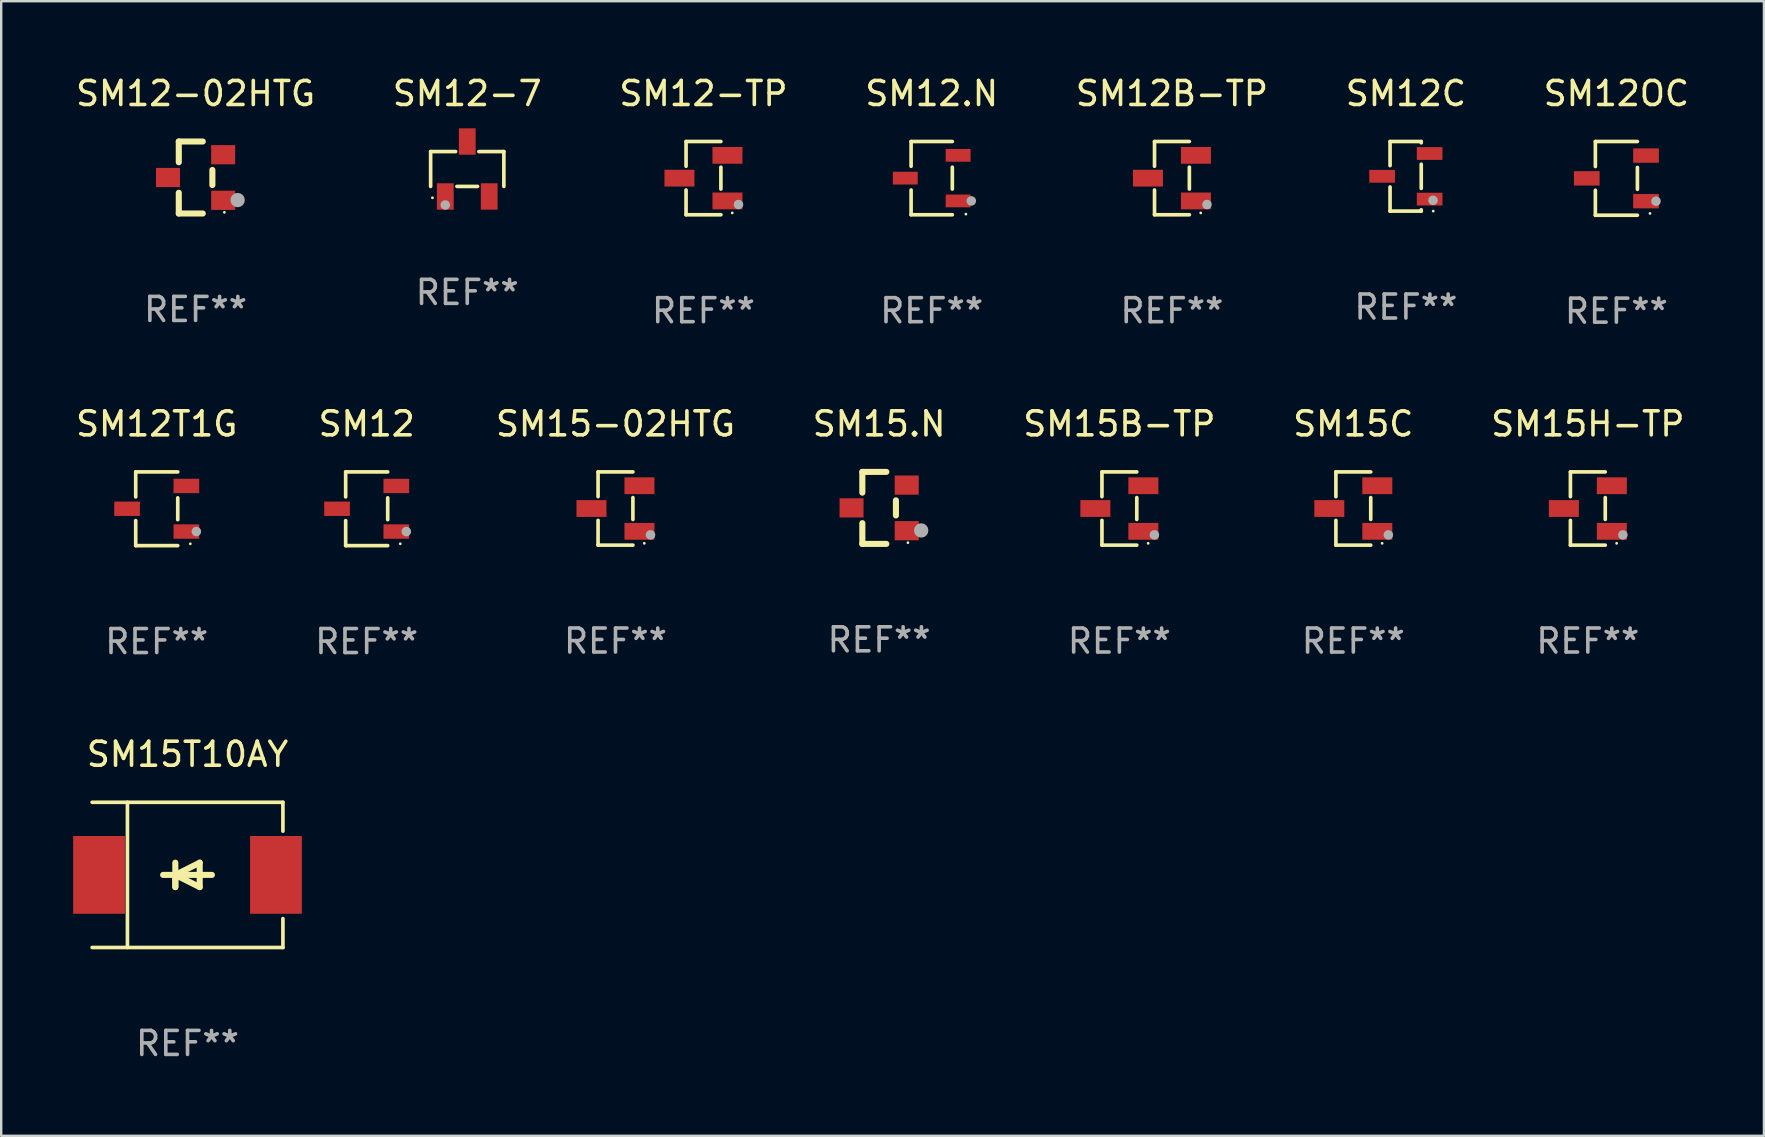
<source format=kicad_pcb>
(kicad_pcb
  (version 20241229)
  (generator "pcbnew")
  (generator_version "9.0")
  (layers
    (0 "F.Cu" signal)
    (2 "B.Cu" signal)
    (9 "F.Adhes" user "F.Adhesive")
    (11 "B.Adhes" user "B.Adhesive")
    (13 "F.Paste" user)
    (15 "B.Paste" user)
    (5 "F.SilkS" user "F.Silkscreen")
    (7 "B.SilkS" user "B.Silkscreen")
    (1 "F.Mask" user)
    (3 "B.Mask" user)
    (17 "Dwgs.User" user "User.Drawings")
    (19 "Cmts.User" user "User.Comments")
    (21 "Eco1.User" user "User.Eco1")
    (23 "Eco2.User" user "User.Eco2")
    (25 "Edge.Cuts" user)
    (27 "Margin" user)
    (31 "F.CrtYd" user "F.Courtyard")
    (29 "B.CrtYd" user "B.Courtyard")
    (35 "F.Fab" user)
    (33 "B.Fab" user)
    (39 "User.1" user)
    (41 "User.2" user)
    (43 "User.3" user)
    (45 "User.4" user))
  (footprint "SM12C"
    (layer "F.Cu")
    (at 55.542 4.298)
    (property "Reference" "SM12C" (at 0 -3.45 0) (layer "F.SilkS") (effects (font (size 1 1) (thickness 0.15))))
    (attr through_hole)
    (fp_line (start -0.66 -1.45) (end -0.66 -0.446) (stroke (width 0.152) (type solid)) (layer "F.SilkS"))
    (fp_line (start -0.66 0.446) (end -0.66 1.45) (stroke (width 0.152) (type solid)) (layer "F.SilkS"))
    (fp_line (start -0.66 1.45) (end 0.64 1.45) (stroke (width 0.152) (type solid)) (layer "F.SilkS"))
    (fp_line (start 0.64 -1.45) (end -0.66 -1.45) (stroke (width 0.152) (type solid)) (layer "F.SilkS"))
    (fp_line (start 0.64 -1.396) (end 0.64 -1.45) (stroke (width 0.152) (type solid)) (layer "F.SilkS"))
    (fp_line (start 0.64 0.504) (end 0.64 -0.504) (stroke (width 0.152) (type solid)) (layer "F.SilkS"))
    (fp_line (start 0.64 1.45) (end 0.64 1.396) (stroke (width 0.152) (type solid)) (layer "F.SilkS"))
    (fp_circle (center 1.14 1.45) (end 1.17 1.45) (stroke (width 0.06) (type solid)) (fill no) (layer "F.SilkS"))
    (fp_circle (center 1.13 1) (end 1.23 1) (stroke (width 0.2) (type solid)) (fill no) (layer "F.Fab"))
    (fp_text user "REF**" (at 0 5.45 0) (layer "F.Fab") (effects (font (size 1 1) (thickness 0.15))))
    (pad "1" smd rect (at 0.99 0.95) (size 1.07 0.532) (layers "F.Cu" "F.Mask" "F.Paste"))
    (pad "2" smd rect (at 0.99 -0.95) (size 1.07 0.532) (layers "F.Cu" "F.Mask" "F.Paste"))
    (pad "3" smd rect (at -0.99 -0.000013) (size 1.07 0.532) (layers "F.Cu" "F.Mask" "F.Paste")))
  (footprint "SM12B-TP"
    (layer "F.Cu")
    (at 45.792 4.374)
    (property "Reference" "SM12B-TP" (at 0 -3.526 0) (layer "F.SilkS") (effects (font (size 1 1) (thickness 0.15))))
    (attr through_hole)
    (fp_line (start -0.726 -1.526) (end -0.726 -0.495) (stroke (width 0.152) (type solid)) (layer "F.SilkS"))
    (fp_line (start -0.726 1.526) (end -0.726 0.495) (stroke (width 0.152) (type solid)) (layer "F.SilkS"))
    (fp_line (start 0.726 -1.526) (end -0.726 -1.526) (stroke (width 0.152) (type solid)) (layer "F.SilkS"))
    (fp_line (start 0.726 -0.455) (end 0.726 0.455) (stroke (width 0.152) (type solid)) (layer "F.SilkS"))
    (fp_line (start 0.726 1.526) (end -0.726 1.526) (stroke (width 0.152) (type solid)) (layer "F.SilkS"))
    (fp_circle (center 1.2 1.45) (end 1.23 1.45) (stroke (width 0.06) (type solid)) (fill no) (layer "F.SilkS"))
    (fp_circle (center 1.46 1.1) (end 1.56 1.1) (stroke (width 0.2) (type solid)) (fill no) (layer "F.Fab"))
    (fp_text user "REF**" (at 0 5.526 0) (layer "F.Fab") (effects (font (size 1 1) (thickness 0.15))))
    (pad "1" smd rect (at 1 0.95) (size 1.25 0.7) (layers "F.Cu" "F.Mask" "F.Paste"))
    (pad "2" smd rect (at 1 -0.95) (size 1.25 0.7) (layers "F.Cu" "F.Mask" "F.Paste"))
    (pad "3" smd rect (at -1 0) (size 1.25 0.7) (layers "F.Cu" "F.Mask" "F.Paste")))
  (footprint "SM12T1G"
    (layer "F.Cu")
    (at 3.482 18.153)
    (property "Reference" "SM12T1G" (at 0 -3.536 0) (layer "F.SilkS") (effects (font (size 1 1) (thickness 0.15))))
    (attr through_hole)
    (fp_line (start -0.876 -1.536) (end -0.876 -0.495) (stroke (width 0.152) (type solid)) (layer "F.SilkS"))
    (fp_line (start -0.876 1.536) (end -0.876 0.495) (stroke (width 0.152) (type solid)) (layer "F.SilkS"))
    (fp_line (start 0.876 -1.536) (end -0.876 -1.536) (stroke (width 0.152) (type solid)) (layer "F.SilkS"))
    (fp_line (start 0.876 -0.455) (end 0.876 0.455) (stroke (width 0.152) (type solid)) (layer "F.SilkS"))
    (fp_line (start 0.876 1.536) (end -0.876 1.536) (stroke (width 0.152) (type solid)) (layer "F.SilkS"))
    (fp_circle (center 1.4 1.46) (end 1.43 1.46) (stroke (width 0.06) (type solid)) (fill no) (layer "F.SilkS"))
    (fp_circle (center 1.651 0.95) (end 1.751 0.95) (stroke (width 0.2) (type solid)) (fill no) (layer "F.Fab"))
    (fp_text user "REF**" (at 0 5.536 0) (layer "F.Fab") (effects (font (size 1 1) (thickness 0.15))))
    (pad "1" smd rect (at 1.235 0.95) (size 1.07 0.6) (layers "F.Cu" "F.Mask" "F.Paste"))
    (pad "2" smd rect (at 1.235 -0.95) (size 1.07 0.6) (layers "F.Cu" "F.Mask" "F.Paste"))
    (pad "3" smd rect (at -1.235 0) (size 1.07 0.6) (layers "F.Cu" "F.Mask" "F.Paste")))
  (footprint "SM12.N"
    (layer "F.Cu")
    (at 35.78 4.374)
    (property "Reference" "SM12.N" (at 0 -3.526 0) (layer "F.SilkS") (effects (font (size 1 1) (thickness 0.15))))
    (attr through_hole)
    (fp_line (start -0.859 -1.526) (end -0.859 -0.495) (stroke (width 0.152) (type solid)) (layer "F.SilkS"))
    (fp_line (start -0.859 1.526) (end -0.859 0.495) (stroke (width 0.152) (type solid)) (layer "F.SilkS"))
    (fp_line (start 0.859 -1.526) (end -0.859 -1.526) (stroke (width 0.152) (type solid)) (layer "F.SilkS"))
    (fp_line (start 0.859 -0.455) (end 0.859 0.455) (stroke (width 0.152) (type solid)) (layer "F.SilkS"))
    (fp_line (start 0.859 1.526) (end -0.859 1.526) (stroke (width 0.152) (type solid)) (layer "F.SilkS"))
    (fp_circle (center 1.425 1.5) (end 1.455 1.5) (stroke (width 0.06) (type solid)) (fill no) (layer "F.SilkS"))
    (fp_circle (center 1.65 0.95) (end 1.75 0.95) (stroke (width 0.2) (type solid)) (fill no) (layer "F.Fab"))
    (fp_text user "REF**" (at 0 5.526 0) (layer "F.Fab") (effects (font (size 1 1) (thickness 0.15))))
    (pad "1" smd rect (at 1.101 0.95) (size 1.037 0.532) (layers "F.Cu" "F.Mask" "F.Paste"))
    (pad "2" smd rect (at 1.101 -0.95) (size 1.037 0.532) (layers "F.Cu" "F.Mask" "F.Paste"))
    (pad "3" smd rect (at -1.101 0) (size 1.037 0.532) (layers "F.Cu" "F.Mask" "F.Paste")))
  (footprint "SM12-TP"
    (layer "F.Cu")
    (at 26.268 4.374)
    (property "Reference" "SM12-TP" (at 0 -3.526 0) (layer "F.SilkS") (effects (font (size 1 1) (thickness 0.15))))
    (attr through_hole)
    (fp_line (start -0.726 -1.526) (end -0.726 -0.495) (stroke (width 0.152) (type solid)) (layer "F.SilkS"))
    (fp_line (start -0.726 1.526) (end -0.726 0.495) (stroke (width 0.152) (type solid)) (layer "F.SilkS"))
    (fp_line (start 0.726 -1.526) (end -0.726 -1.526) (stroke (width 0.152) (type solid)) (layer "F.SilkS"))
    (fp_line (start 0.726 -0.455) (end 0.726 0.455) (stroke (width 0.152) (type solid)) (layer "F.SilkS"))
    (fp_line (start 0.726 1.526) (end -0.726 1.526) (stroke (width 0.152) (type solid)) (layer "F.SilkS"))
    (fp_circle (center 1.2 1.45) (end 1.23 1.45) (stroke (width 0.06) (type solid)) (fill no) (layer "F.SilkS"))
    (fp_circle (center 1.46 1.1) (end 1.56 1.1) (stroke (width 0.2) (type solid)) (fill no) (layer "F.Fab"))
    (fp_text user "REF**" (at 0 5.526 0) (layer "F.Fab") (effects (font (size 1 1) (thickness 0.15))))
    (pad "1" smd rect (at 1 0.95) (size 1.25 0.7) (layers "F.Cu" "F.Mask" "F.Paste"))
    (pad "2" smd rect (at 1 -0.95) (size 1.25 0.7) (layers "F.Cu" "F.Mask" "F.Paste"))
    (pad "3" smd rect (at -1 0) (size 1.25 0.7) (layers "F.Cu" "F.Mask" "F.Paste")))
  (footprint "SM12-7"
    (layer "F.Cu")
    (at 16.423 3.993)
    (property "Reference" "SM12-7" (at 0 -3.145 0) (layer "F.SilkS") (effects (font (size 1 1) (thickness 0.15))))
    (attr through_hole)
    (fp_line (start -1.526 -0.726) (end -0.485 -0.726) (stroke (width 0.152) (type solid)) (layer "F.SilkS"))
    (fp_line (start -1.526 0.726) (end -1.526 -0.726) (stroke (width 0.152) (type solid)) (layer "F.SilkS"))
    (fp_line (start 0.43 0.726) (end -0.43 0.726) (stroke (width 0.152) (type solid)) (layer "F.SilkS"))
    (fp_line (start 1.526 -0.726) (end 0.485 -0.726) (stroke (width 0.152) (type solid)) (layer "F.SilkS"))
    (fp_line (start 1.526 0.726) (end 1.526 -0.726) (stroke (width 0.152) (type solid)) (layer "F.SilkS"))
    (fp_circle (center -1.45 1.2) (end -1.42 1.2) (stroke (width 0.06) (type solid)) (fill no) (layer "F.SilkS"))
    (fp_circle (center -0.915 1.5) (end -0.815 1.5) (stroke (width 0.2) (type solid)) (fill no) (layer "F.Fab"))
    (fp_text user "REF**" (at 0 5.145 0) (layer "F.Fab") (effects (font (size 1 1) (thickness 0.15))))
    (pad "1" smd rect (at -0.915 1.145) (size 0.7 1.1) (layers "F.Cu" "F.Mask" "F.Paste"))
    (pad "2" smd rect (at 0.915 1.145) (size 0.7 1.1) (layers "F.Cu" "F.Mask" "F.Paste"))
    (pad "3" smd rect (at 0.000127 -1.145) (size 0.7 1.1) (layers "F.Cu" "F.Mask" "F.Paste")))
  (footprint "SM15H-TP"
    (layer "F.Cu")
    (at 63.125 18.143)
    (property "Reference" "SM15H-TP" (at 0 -3.526 0) (layer "F.SilkS") (effects (font (size 1 1) (thickness 0.15))))
    (attr through_hole)
    (fp_line (start -0.726 -1.526) (end -0.726 -0.495) (stroke (width 0.152) (type solid)) (layer "F.SilkS"))
    (fp_line (start -0.726 1.526) (end -0.726 0.495) (stroke (width 0.152) (type solid)) (layer "F.SilkS"))
    (fp_line (start 0.726 -1.526) (end -0.726 -1.526) (stroke (width 0.152) (type solid)) (layer "F.SilkS"))
    (fp_line (start 0.726 -0.455) (end 0.726 0.455) (stroke (width 0.152) (type solid)) (layer "F.SilkS"))
    (fp_line (start 0.726 1.526) (end -0.726 1.526) (stroke (width 0.152) (type solid)) (layer "F.SilkS"))
    (fp_circle (center 1.2 1.45) (end 1.23 1.45) (stroke (width 0.06) (type solid)) (fill no) (layer "F.SilkS"))
    (fp_circle (center 1.46 1.1) (end 1.56 1.1) (stroke (width 0.2) (type solid)) (fill no) (layer "F.Fab"))
    (fp_text user "REF**" (at 0 5.526 0) (layer "F.Fab") (effects (font (size 1 1) (thickness 0.15))))
    (pad "1" smd rect (at 1 0.95) (size 1.25 0.7) (layers "F.Cu" "F.Mask" "F.Paste"))
    (pad "2" smd rect (at 1 -0.95) (size 1.25 0.7) (layers "F.Cu" "F.Mask" "F.Paste"))
    (pad "3" smd rect (at -1 0) (size 1.25 0.7) (layers "F.Cu" "F.Mask" "F.Paste")))
  (footprint "SM15-02HTG"
    (layer "F.Cu")
    (at 22.601 18.143)
    (property "Reference" "SM15-02HTG" (at 0 -3.526 0) (layer "F.SilkS") (effects (font (size 1 1) (thickness 0.15))))
    (attr through_hole)
    (fp_line (start -0.726 -1.526) (end -0.726 -0.495) (stroke (width 0.152) (type solid)) (layer "F.SilkS"))
    (fp_line (start -0.726 1.526) (end -0.726 0.495) (stroke (width 0.152) (type solid)) (layer "F.SilkS"))
    (fp_line (start 0.726 -1.526) (end -0.726 -1.526) (stroke (width 0.152) (type solid)) (layer "F.SilkS"))
    (fp_line (start 0.726 -0.455) (end 0.726 0.455) (stroke (width 0.152) (type solid)) (layer "F.SilkS"))
    (fp_line (start 0.726 1.526) (end -0.726 1.526) (stroke (width 0.152) (type solid)) (layer "F.SilkS"))
    (fp_circle (center 1.2 1.45) (end 1.23 1.45) (stroke (width 0.06) (type solid)) (fill no) (layer "F.SilkS"))
    (fp_circle (center 1.46 1.1) (end 1.56 1.1) (stroke (width 0.2) (type solid)) (fill no) (layer "F.Fab"))
    (fp_text user "REF**" (at 0 5.526 0) (layer "F.Fab") (effects (font (size 1 1) (thickness 0.15))))
    (pad "1" smd rect (at 1 0.95) (size 1.25 0.7) (layers "F.Cu" "F.Mask" "F.Paste"))
    (pad "2" smd rect (at 1 -0.95) (size 1.25 0.7) (layers "F.Cu" "F.Mask" "F.Paste"))
    (pad "3" smd rect (at -1 0) (size 1.25 0.7) (layers "F.Cu" "F.Mask" "F.Paste")))
  (footprint "SM12OC"
    (layer "F.Cu")
    (at 64.315 4.384)
    (property "Reference" "SM12OC" (at 0 -3.536 0) (layer "F.SilkS") (effects (font (size 1 1) (thickness 0.15))))
    (attr through_hole)
    (fp_line (start -0.876 -1.536) (end -0.876 -0.495) (stroke (width 0.152) (type solid)) (layer "F.SilkS"))
    (fp_line (start -0.876 1.536) (end -0.876 0.495) (stroke (width 0.152) (type solid)) (layer "F.SilkS"))
    (fp_line (start 0.876 -1.536) (end -0.876 -1.536) (stroke (width 0.152) (type solid)) (layer "F.SilkS"))
    (fp_line (start 0.876 -0.455) (end 0.876 0.455) (stroke (width 0.152) (type solid)) (layer "F.SilkS"))
    (fp_line (start 0.876 1.536) (end -0.876 1.536) (stroke (width 0.152) (type solid)) (layer "F.SilkS"))
    (fp_circle (center 1.4 1.46) (end 1.43 1.46) (stroke (width 0.06) (type solid)) (fill no) (layer "F.SilkS"))
    (fp_circle (center 1.651 0.95) (end 1.751 0.95) (stroke (width 0.2) (type solid)) (fill no) (layer "F.Fab"))
    (fp_text user "REF**" (at 0 5.536 0) (layer "F.Fab") (effects (font (size 1 1) (thickness 0.15))))
    (pad "1" smd rect (at 1.235 0.95) (size 1.07 0.6) (layers "F.Cu" "F.Mask" "F.Paste"))
    (pad "2" smd rect (at 1.235 -0.95) (size 1.07 0.6) (layers "F.Cu" "F.Mask" "F.Paste"))
    (pad "3" smd rect (at -1.235 0) (size 1.07 0.6) (layers "F.Cu" "F.Mask" "F.Paste")))
  (footprint "SM12"
    (layer "F.Cu")
    (at 12.232 18.153)
    (property "Reference" "SM12" (at 0 -3.536 0) (layer "F.SilkS") (effects (font (size 1 1) (thickness 0.15))))
    (attr through_hole)
    (fp_line (start -0.876 -1.536) (end -0.876 -0.495) (stroke (width 0.152) (type solid)) (layer "F.SilkS"))
    (fp_line (start -0.876 1.536) (end -0.876 0.495) (stroke (width 0.152) (type solid)) (layer "F.SilkS"))
    (fp_line (start 0.876 -1.536) (end -0.876 -1.536) (stroke (width 0.152) (type solid)) (layer "F.SilkS"))
    (fp_line (start 0.876 -0.455) (end 0.876 0.455) (stroke (width 0.152) (type solid)) (layer "F.SilkS"))
    (fp_line (start 0.876 1.536) (end -0.876 1.536) (stroke (width 0.152) (type solid)) (layer "F.SilkS"))
    (fp_circle (center 1.4 1.46) (end 1.43 1.46) (stroke (width 0.06) (type solid)) (fill no) (layer "F.SilkS"))
    (fp_circle (center 1.651 0.95) (end 1.751 0.95) (stroke (width 0.2) (type solid)) (fill no) (layer "F.Fab"))
    (fp_text user "REF**" (at 0 5.536 0) (layer "F.Fab") (effects (font (size 1 1) (thickness 0.15))))
    (pad "1" smd rect (at 1.235 0.95) (size 1.07 0.6) (layers "F.Cu" "F.Mask" "F.Paste"))
    (pad "2" smd rect (at 1.235 -0.95) (size 1.07 0.6) (layers "F.Cu" "F.Mask" "F.Paste"))
    (pad "3" smd rect (at -1.235 0) (size 1.07 0.6) (layers "F.Cu" "F.Mask" "F.Paste")))
  (footprint "SM12-02HTG"
    (layer "F.Cu")
    (at 5.101 4.348)
    (property "Reference" "SM12-02HTG" (at 0 -3.5 0) (layer "F.SilkS") (effects (font (size 1 1) (thickness 0.15))))
    (attr through_hole)
    (fp_line (start -0.7 -1.5) (end 0.3 -1.5) (stroke (width 0.254) (type solid)) (layer "F.SilkS"))
    (fp_line (start -0.7 -0.636) (end -0.7 -1.5) (stroke (width 0.254) (type solid)) (layer "F.SilkS"))
    (fp_line (start -0.7 1.5) (end -0.7 0.636) (stroke (width 0.254) (type solid)) (layer "F.SilkS"))
    (fp_line (start -0.7 1.5) (end 0.3 1.5) (stroke (width 0.254) (type solid)) (layer "F.SilkS"))
    (fp_line (start 0.7 0.314) (end 0.7 -0.314) (stroke (width 0.254) (type solid)) (layer "F.SilkS"))
    (fp_circle (center 1.2 1.45) (end 1.23 1.45) (stroke (width 0.06) (type solid)) (fill no) (layer "F.SilkS"))
    (fp_circle (center 1.753 0.94) (end 1.903 0.94) (stroke (width 0.3) (type solid)) (fill no) (layer "F.Fab"))
    (fp_text user "REF**" (at 0 5.5 0) (layer "F.Fab") (effects (font (size 1 1) (thickness 0.15))))
    (pad "1" smd rect (at 1.15 0.95 180) (size 1 0.8) (layers "F.Cu" "F.Mask" "F.Paste"))
    (pad "2" smd rect (at 1.15 -0.95 180) (size 1 0.8) (layers "F.Cu" "F.Mask" "F.Paste"))
    (pad "3" smd rect (at -1.15 -0.000051 180) (size 1 0.8) (layers "F.Cu" "F.Mask" "F.Paste")))
  (footprint "SM15.N"
    (layer "F.Cu")
    (at 33.589 18.117)
    (property "Reference" "SM15.N" (at 0 -3.5 0) (layer "F.SilkS") (effects (font (size 1 1) (thickness 0.15))))
    (attr through_hole)
    (fp_line (start -0.7 -1.5) (end 0.3 -1.5) (stroke (width 0.254) (type solid)) (layer "F.SilkS"))
    (fp_line (start -0.7 -0.636) (end -0.7 -1.5) (stroke (width 0.254) (type solid)) (layer "F.SilkS"))
    (fp_line (start -0.7 1.5) (end -0.7 0.636) (stroke (width 0.254) (type solid)) (layer "F.SilkS"))
    (fp_line (start -0.7 1.5) (end 0.3 1.5) (stroke (width 0.254) (type solid)) (layer "F.SilkS"))
    (fp_line (start 0.7 0.314) (end 0.7 -0.314) (stroke (width 0.254) (type solid)) (layer "F.SilkS"))
    (fp_circle (center 1.2 1.45) (end 1.23 1.45) (stroke (width 0.06) (type solid)) (fill no) (layer "F.SilkS"))
    (fp_circle (center 1.753 0.94) (end 1.903 0.94) (stroke (width 0.3) (type solid)) (fill no) (layer "F.Fab"))
    (fp_text user "REF**" (at 0 5.5 0) (layer "F.Fab") (effects (font (size 1 1) (thickness 0.15))))
    (pad "1" smd rect (at 1.15 0.95 180) (size 1 0.8) (layers "F.Cu" "F.Mask" "F.Paste"))
    (pad "2" smd rect (at 1.15 -0.95 180) (size 1 0.8) (layers "F.Cu" "F.Mask" "F.Paste"))
    (pad "3" smd rect (at -1.15 -0.000051 180) (size 1 0.8) (layers "F.Cu" "F.Mask" "F.Paste")))
  (footprint "SM15B-TP"
    (layer "F.Cu")
    (at 43.601 18.143)
    (property "Reference" "SM15B-TP" (at 0 -3.526 0) (layer "F.SilkS") (effects (font (size 1 1) (thickness 0.15))))
    (attr through_hole)
    (fp_line (start -0.726 -1.526) (end -0.726 -0.495) (stroke (width 0.152) (type solid)) (layer "F.SilkS"))
    (fp_line (start -0.726 1.526) (end -0.726 0.495) (stroke (width 0.152) (type solid)) (layer "F.SilkS"))
    (fp_line (start 0.726 -1.526) (end -0.726 -1.526) (stroke (width 0.152) (type solid)) (layer "F.SilkS"))
    (fp_line (start 0.726 -0.455) (end 0.726 0.455) (stroke (width 0.152) (type solid)) (layer "F.SilkS"))
    (fp_line (start 0.726 1.526) (end -0.726 1.526) (stroke (width 0.152) (type solid)) (layer "F.SilkS"))
    (fp_circle (center 1.2 1.45) (end 1.23 1.45) (stroke (width 0.06) (type solid)) (fill no) (layer "F.SilkS"))
    (fp_circle (center 1.46 1.1) (end 1.56 1.1) (stroke (width 0.2) (type solid)) (fill no) (layer "F.Fab"))
    (fp_text user "REF**" (at 0 5.526 0) (layer "F.Fab") (effects (font (size 1 1) (thickness 0.15))))
    (pad "1" smd rect (at 1 0.95) (size 1.25 0.7) (layers "F.Cu" "F.Mask" "F.Paste"))
    (pad "2" smd rect (at 1 -0.95) (size 1.25 0.7) (layers "F.Cu" "F.Mask" "F.Paste"))
    (pad "3" smd rect (at -1 0) (size 1.25 0.7) (layers "F.Cu" "F.Mask" "F.Paste")))
  (footprint "SM15T10AY"
    (layer "F.Cu")
    (at 4.765 33.412)
    (property "Reference" "SM15T10AY" (at 0 -5.026 0) (layer "F.SilkS") (effects (font (size 1 1) (thickness 0.15))))
    (attr through_hole)
    (fp_line (start -3.976 -3.026) (end 3.976 -3.026) (stroke (width 0.152) (type solid)) (layer "F.SilkS"))
    (fp_line (start -3.976 3.026) (end 3.976 3.026) (stroke (width 0.152) (type solid)) (layer "F.SilkS"))
    (fp_line (start -2.504 -3.026) (end -2.504 3.026) (stroke (width 0.152) (type solid)) (layer "F.SilkS"))
    (fp_line (start -0.508 0) (end -0.508 0.508) (stroke (width 0.254) (type solid)) (layer "F.SilkS"))
    (fp_line (start -0.508 0) (end 0.508 0.508) (stroke (width 0.254) (type solid)) (layer "F.SilkS"))
    (fp_line (start -0.508 0.508) (end -0.508 -0.508) (stroke (width 0.254) (type solid)) (layer "F.SilkS"))
    (fp_line (start 0.508 -0.508) (end -0.508 0) (stroke (width 0.254) (type solid)) (layer "F.SilkS"))
    (fp_line (start 0.508 0.508) (end 0.508 -0.508) (stroke (width 0.254) (type solid)) (layer "F.SilkS"))
    (fp_line (start 1.016 0) (end -1.016 0) (stroke (width 0.254) (type solid)) (layer "F.SilkS"))
    (fp_line (start 3.976 -3.026) (end 3.976 -1.823) (stroke (width 0.152) (type solid)) (layer "F.SilkS"))
    (fp_line (start 3.976 3.026) (end 3.976 1.823) (stroke (width 0.152) (type solid)) (layer "F.SilkS"))
    (fp_circle (center 3.95 -2.95) (end 3.98 -2.95) (stroke (width 0.06) (type solid)) (fill no) (layer "F.SilkS"))
    (fp_text user "REF**" (at 0 7.026 0) (layer "F.Fab") (effects (font (size 1 1) (thickness 0.15))))
    (pad "1" smd rect (at 3.686 0 180) (size 2.158 3.24) (layers "F.Cu" "F.Mask" "F.Paste"))
    (pad "2" smd rect (at -3.686 0 180) (size 2.158 3.24) (layers "F.Cu" "F.Mask" "F.Paste")))
  (footprint "SM15C"
    (layer "F.Cu")
    (at 53.351 18.143)
    (property "Reference" "SM15C" (at 0 -3.526 0) (layer "F.SilkS") (effects (font (size 1 1) (thickness 0.15))))
    (attr through_hole)
    (fp_line (start -0.726 -1.526) (end -0.726 -0.495) (stroke (width 0.152) (type solid)) (layer "F.SilkS"))
    (fp_line (start -0.726 1.526) (end -0.726 0.495) (stroke (width 0.152) (type solid)) (layer "F.SilkS"))
    (fp_line (start 0.726 -1.526) (end -0.726 -1.526) (stroke (width 0.152) (type solid)) (layer "F.SilkS"))
    (fp_line (start 0.726 -0.455) (end 0.726 0.455) (stroke (width 0.152) (type solid)) (layer "F.SilkS"))
    (fp_line (start 0.726 1.526) (end -0.726 1.526) (stroke (width 0.152) (type solid)) (layer "F.SilkS"))
    (fp_circle (center 1.2 1.45) (end 1.23 1.45) (stroke (width 0.06) (type solid)) (fill no) (layer "F.SilkS"))
    (fp_circle (center 1.46 1.1) (end 1.56 1.1) (stroke (width 0.2) (type solid)) (fill no) (layer "F.Fab"))
    (fp_text user "REF**" (at 0 5.526 0) (layer "F.Fab") (effects (font (size 1 1) (thickness 0.15))))
    (pad "1" smd rect (at 1 0.95) (size 1.25 0.7) (layers "F.Cu" "F.Mask" "F.Paste"))
    (pad "2" smd rect (at 1 -0.95) (size 1.25 0.7) (layers "F.Cu" "F.Mask" "F.Paste"))
    (pad "3" smd rect (at -1 0) (size 1.25 0.7) (layers "F.Cu" "F.Mask" "F.Paste")))
  (gr_rect
    (start -3 -3)
    (end 70.464 44.287)
    (stroke (width 0.1) (type default))
    (fill no)
    (layer "Edge.Cuts")))
</source>
